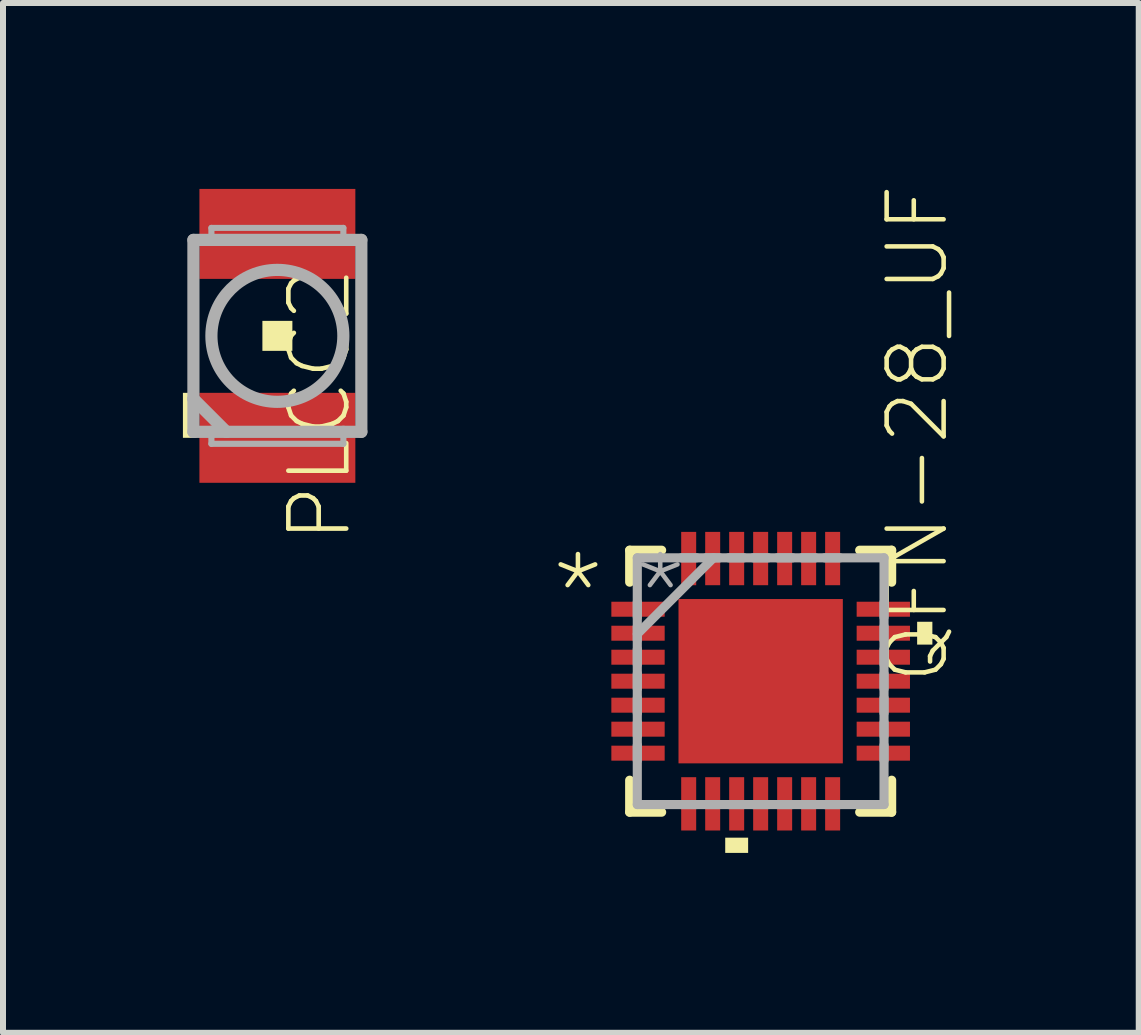
<source format=kicad_pcb>
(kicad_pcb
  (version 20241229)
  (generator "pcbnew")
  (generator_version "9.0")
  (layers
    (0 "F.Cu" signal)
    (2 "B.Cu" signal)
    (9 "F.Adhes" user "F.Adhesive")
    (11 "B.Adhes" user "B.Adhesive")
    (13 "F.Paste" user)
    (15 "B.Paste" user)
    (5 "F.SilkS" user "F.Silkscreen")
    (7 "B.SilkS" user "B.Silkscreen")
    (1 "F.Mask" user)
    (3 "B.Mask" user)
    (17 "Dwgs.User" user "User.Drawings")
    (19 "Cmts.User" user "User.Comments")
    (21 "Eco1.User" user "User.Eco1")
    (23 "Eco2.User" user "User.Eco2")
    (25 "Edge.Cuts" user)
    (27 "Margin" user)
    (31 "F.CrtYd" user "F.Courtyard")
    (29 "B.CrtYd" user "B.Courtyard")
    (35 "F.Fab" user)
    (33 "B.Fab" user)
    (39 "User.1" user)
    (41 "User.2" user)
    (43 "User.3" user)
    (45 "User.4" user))
  (footprint "PLCC2"
    (layer "F.Cu")
    (at 1.575 2.55)
    (property "Reference" "PLCC2" (at 1.27 3.493 270) (layer "F.SilkS") (effects (font (size 0.965 0.965) (thickness 0.077)) (justify left bottom)))
    (attr through_hole)
    (fp_poly (pts (xy -1.4 -0.85) (xy 1.4 -0.85) (xy 1.4 -2.55) (xy -1.4 -2.55)) (stroke (width 0) (type solid)) (fill yes) (layer "F.Mask"))
    (fp_poly (pts (xy -1.4 2.55) (xy 1.4 2.55) (xy 1.4 0.85) (xy -1.4 0.85)) (stroke (width 0) (type solid)) (fill yes) (layer "F.Mask"))
    (fp_poly (pts (xy -1.575 1.7) (xy -1.35 1.7) (xy -1.35 0.95) (xy -1.575 0.95)) (stroke (width 0) (type solid)) (fill yes) (layer "F.SilkS"))
    (fp_poly (pts (xy -0.25 0.25) (xy 0.25 0.25) (xy 0.25 -0.25) (xy -0.25 -0.25)) (stroke (width 0) (type solid)) (fill yes) (layer "F.SilkS"))
    (fp_poly (pts (xy -1.3 -0.95) (xy 1.3 -0.95) (xy 1.3 -2.45) (xy -1.3 -2.45)) (stroke (width 0) (type solid)) (fill yes) (layer "F.Paste"))
    (fp_poly (pts (xy -1.3 2.45) (xy 1.3 2.45) (xy 1.3 0.95) (xy -1.3 0.95)) (stroke (width 0) (type solid)) (fill yes) (layer "F.Paste"))
    (fp_line (start -1.4 -1.6) (end -1.4 1.05) (stroke (width 0.203) (type solid)) (layer "F.Fab"))
    (fp_line (start -1.4 1.05) (end -1.4 1.6) (stroke (width 0.203) (type solid)) (layer "F.Fab"))
    (fp_line (start -1.4 1.6) (end -1.1 1.6) (stroke (width 0.203) (type solid)) (layer "F.Fab"))
    (fp_line (start -1.1 -1.8) (end 1.1 -1.8) (stroke (width 0.102) (type solid)) (layer "F.Fab"))
    (fp_line (start -1.1 -1.6) (end -1.4 -1.6) (stroke (width 0.203) (type solid)) (layer "F.Fab"))
    (fp_line (start -1.1 -1.6) (end -1.1 -1.8) (stroke (width 0.102) (type solid)) (layer "F.Fab"))
    (fp_line (start -1.1 1.6) (end -1.1 1.8) (stroke (width 0.102) (type solid)) (layer "F.Fab"))
    (fp_line (start -1.1 1.6) (end -0.85 1.6) (stroke (width 0.203) (type solid)) (layer "F.Fab"))
    (fp_line (start -1.1 1.8) (end 1.1 1.8) (stroke (width 0.102) (type solid)) (layer "F.Fab"))
    (fp_line (start -0.85 1.6) (end -1.4 1.05) (stroke (width 0.203) (type solid)) (layer "F.Fab"))
    (fp_line (start -0.85 1.6) (end 1.1 1.6) (stroke (width 0.203) (type solid)) (layer "F.Fab"))
    (fp_line (start 1.1 -1.8) (end 1.1 -1.6) (stroke (width 0.102) (type solid)) (layer "F.Fab"))
    (fp_line (start 1.1 -1.6) (end -1.1 -1.6) (stroke (width 0.203) (type solid)) (layer "F.Fab"))
    (fp_line (start 1.1 1.6) (end 1.4 1.6) (stroke (width 0.203) (type solid)) (layer "F.Fab"))
    (fp_line (start 1.1 1.8) (end 1.1 1.6) (stroke (width 0.102) (type solid)) (layer "F.Fab"))
    (fp_line (start 1.4 -1.6) (end 1.1 -1.6) (stroke (width 0.203) (type solid)) (layer "F.Fab"))
    (fp_line (start 1.4 1.6) (end 1.4 -1.6) (stroke (width 0.203) (type solid)) (layer "F.Fab"))
    (fp_circle (center 0 0) (end 1.1 0) (stroke (width 0.203) (type solid)) (fill no) (layer "F.Fab"))
    (pad "A" smd rect (at 0 -1.7) (size 2.6 1.5) (layers "F.Cu" "F.Mask"))
    (pad "C" smd rect (at 0 1.7) (size 2.6 1.5) (layers "F.Cu" "F.Mask")))
  (footprint "QFN-28_UF"
    (layer "F.Cu")
    (at 9.633 8.308)
    (property "Reference" "QFN-28_UF" (at 2.615 -4.128 270) (layer "F.SilkS") (effects (font (size 0.95 0.95) (thickness 0.076))))
    (attr through_hole)
    (fp_line (start -2.184 -2.184) (end -2.184 -1.651) (stroke (width 0.152) (type solid)) (layer "F.SilkS"))
    (fp_line (start -2.184 1.651) (end -2.184 2.184) (stroke (width 0.152) (type solid)) (layer "F.SilkS"))
    (fp_line (start -2.184 2.184) (end -1.651 2.184) (stroke (width 0.152) (type solid)) (layer "F.SilkS"))
    (fp_line (start -1.651 -2.184) (end -2.184 -2.184) (stroke (width 0.152) (type solid)) (layer "F.SilkS"))
    (fp_line (start 1.651 2.184) (end 2.184 2.184) (stroke (width 0.152) (type solid)) (layer "F.SilkS"))
    (fp_line (start 2.184 -2.184) (end 1.651 -2.184) (stroke (width 0.152) (type solid)) (layer "F.SilkS"))
    (fp_line (start 2.184 -1.651) (end 2.184 -2.184) (stroke (width 0.152) (type solid)) (layer "F.SilkS"))
    (fp_line (start 2.184 2.184) (end 2.184 1.651) (stroke (width 0.152) (type solid)) (layer "F.SilkS"))
    (fp_poly (pts (xy -0.591 2.609) (xy -0.591 2.863) (xy -0.209 2.863) (xy -0.209 2.609)) (stroke (width 0) (type solid)) (fill yes) (layer "F.SilkS"))
    (fp_poly (pts (xy 2.863 -0.991) (xy 2.863 -0.61) (xy 2.609 -0.61) (xy 2.609 -0.991)) (stroke (width 0) (type solid)) (fill yes) (layer "F.SilkS"))
    (fp_poly (pts (xy -1.27 -1.27) (xy -1.27 -0.1) (xy -0.1 -0.1) (xy -0.1 -1.27)) (stroke (width 0) (type solid)) (fill yes) (layer "F.Paste"))
    (fp_poly (pts (xy -1.27 0.1) (xy -1.27 1.27) (xy -0.1 1.27) (xy -0.1 0.1)) (stroke (width 0) (type solid)) (fill yes) (layer "F.Paste"))
    (fp_poly (pts (xy 0.1 -1.27) (xy 0.1 -0.1) (xy 1.27 -0.1) (xy 1.27 -1.27)) (stroke (width 0) (type solid)) (fill yes) (layer "F.Paste"))
    (fp_poly (pts (xy 0.1 0.1) (xy 0.1 1.27) (xy 1.27 1.27) (xy 1.27 0.1)) (stroke (width 0) (type solid)) (fill yes) (layer "F.Paste"))
    (fp_line (start -2.057 -2.057) (end -2.057 2.057) (stroke (width 0.152) (type solid)) (layer "F.Fab"))
    (fp_line (start -2.057 -1.321) (end -2.057 -1.067) (stroke (width 0.152) (type solid)) (layer "F.Fab"))
    (fp_line (start -2.057 -0.914) (end -2.057 -0.686) (stroke (width 0.152) (type solid)) (layer "F.Fab"))
    (fp_line (start -2.057 -0.787) (end -0.787 -2.057) (stroke (width 0.152) (type solid)) (layer "F.Fab"))
    (fp_line (start -2.057 -0.533) (end -2.057 -0.279) (stroke (width 0.152) (type solid)) (layer "F.Fab"))
    (fp_line (start -2.057 -0.127) (end -2.057 0.127) (stroke (width 0.152) (type solid)) (layer "F.Fab"))
    (fp_line (start -2.057 0.279) (end -2.057 0.533) (stroke (width 0.152) (type solid)) (layer "F.Fab"))
    (fp_line (start -2.057 0.686) (end -2.057 0.914) (stroke (width 0.152) (type solid)) (layer "F.Fab"))
    (fp_line (start -2.057 1.067) (end -2.057 1.321) (stroke (width 0.152) (type solid)) (layer "F.Fab"))
    (fp_line (start -2.057 2.057) (end 2.057 2.057) (stroke (width 0.152) (type solid)) (layer "F.Fab"))
    (fp_line (start -1.321 2.057) (end -1.067 2.057) (stroke (width 0.152) (type solid)) (layer "F.Fab"))
    (fp_line (start -1.067 -2.057) (end -1.321 -2.057) (stroke (width 0.152) (type solid)) (layer "F.Fab"))
    (fp_line (start -0.914 2.057) (end -0.686 2.057) (stroke (width 0.152) (type solid)) (layer "F.Fab"))
    (fp_line (start -0.686 -2.057) (end -0.914 -2.057) (stroke (width 0.152) (type solid)) (layer "F.Fab"))
    (fp_line (start -0.533 2.057) (end -0.279 2.057) (stroke (width 0.152) (type solid)) (layer "F.Fab"))
    (fp_line (start -0.279 -2.057) (end -0.533 -2.057) (stroke (width 0.152) (type solid)) (layer "F.Fab"))
    (fp_line (start -0.127 2.057) (end 0.127 2.057) (stroke (width 0.152) (type solid)) (layer "F.Fab"))
    (fp_line (start 0.127 -2.057) (end -0.127 -2.057) (stroke (width 0.152) (type solid)) (layer "F.Fab"))
    (fp_line (start 0.279 2.057) (end 0.533 2.057) (stroke (width 0.152) (type solid)) (layer "F.Fab"))
    (fp_line (start 0.533 -2.057) (end 0.279 -2.057) (stroke (width 0.152) (type solid)) (layer "F.Fab"))
    (fp_line (start 0.686 2.057) (end 0.914 2.057) (stroke (width 0.152) (type solid)) (layer "F.Fab"))
    (fp_line (start 0.914 -2.057) (end 0.686 -2.057) (stroke (width 0.152) (type solid)) (layer "F.Fab"))
    (fp_line (start 1.067 2.057) (end 1.321 2.057) (stroke (width 0.152) (type solid)) (layer "F.Fab"))
    (fp_line (start 1.321 -2.057) (end 1.067 -2.057) (stroke (width 0.152) (type solid)) (layer "F.Fab"))
    (fp_line (start 2.057 -2.057) (end -2.057 -2.057) (stroke (width 0.152) (type solid)) (layer "F.Fab"))
    (fp_line (start 2.057 -1.067) (end 2.057 -1.321) (stroke (width 0.152) (type solid)) (layer "F.Fab"))
    (fp_line (start 2.057 -0.686) (end 2.057 -0.914) (stroke (width 0.152) (type solid)) (layer "F.Fab"))
    (fp_line (start 2.057 -0.279) (end 2.057 -0.533) (stroke (width 0.152) (type solid)) (layer "F.Fab"))
    (fp_line (start 2.057 0.127) (end 2.057 -0.127) (stroke (width 0.152) (type solid)) (layer "F.Fab"))
    (fp_line (start 2.057 0.533) (end 2.057 0.279) (stroke (width 0.152) (type solid)) (layer "F.Fab"))
    (fp_line (start 2.057 0.914) (end 2.057 0.686) (stroke (width 0.152) (type solid)) (layer "F.Fab"))
    (fp_line (start 2.057 1.321) (end 2.057 1.067) (stroke (width 0.152) (type solid)) (layer "F.Fab"))
    (fp_line (start 2.057 2.057) (end 2.057 -2.057) (stroke (width 0.152) (type solid)) (layer "F.Fab"))
    (fp_text user "*" (at -3.556 -0.762 0) (layer "F.SilkS") (effects (font (size 1.206 1.206) (thickness 0.076)) (justify left bottom)))
    (fp_text user "*" (at -2.184 -0.762 0) (layer "F.Fab") (effects (font (size 1.206 1.206) (thickness 0.076)) (justify left bottom)))
    (pad "1" smd rect (at -2.045 -1.2 270) (size 0.25 0.889) (layers "F.Cu" "F.Mask" "F.Paste"))
    (pad "2" smd rect (at -2.045 -0.8 270) (size 0.25 0.889) (layers "F.Cu" "F.Mask" "F.Paste"))
    (pad "3" smd rect (at -2.045 -0.4 270) (size 0.25 0.889) (layers "F.Cu" "F.Mask" "F.Paste"))
    (pad "4" smd rect (at -2.045 0 270) (size 0.25 0.889) (layers "F.Cu" "F.Mask" "F.Paste"))
    (pad "5" smd rect (at -2.045 0.4 270) (size 0.25 0.889) (layers "F.Cu" "F.Mask" "F.Paste"))
    (pad "6" smd rect (at -2.045 0.8 270) (size 0.25 0.889) (layers "F.Cu" "F.Mask" "F.Paste"))
    (pad "7" smd rect (at -2.045 1.2 270) (size 0.25 0.889) (layers "F.Cu" "F.Mask" "F.Paste"))
    (pad "8" smd rect (at -1.2 2.045 180) (size 0.25 0.889) (layers "F.Cu" "F.Mask" "F.Paste"))
    (pad "9" smd rect (at -0.8 2.045 180) (size 0.25 0.889) (layers "F.Cu" "F.Mask" "F.Paste"))
    (pad "10" smd rect (at -0.4 2.045 180) (size 0.25 0.889) (layers "F.Cu" "F.Mask" "F.Paste"))
    (pad "11" smd rect (at 0 2.045 180) (size 0.25 0.889) (layers "F.Cu" "F.Mask" "F.Paste"))
    (pad "12" smd rect (at 0.4 2.045 180) (size 0.25 0.889) (layers "F.Cu" "F.Mask" "F.Paste"))
    (pad "13" smd rect (at 0.8 2.045 180) (size 0.25 0.889) (layers "F.Cu" "F.Mask" "F.Paste"))
    (pad "14" smd rect (at 1.2 2.045 180) (size 0.25 0.889) (layers "F.Cu" "F.Mask" "F.Paste"))
    (pad "15" smd rect (at 2.045 1.2 270) (size 0.25 0.889) (layers "F.Cu" "F.Mask" "F.Paste"))
    (pad "16" smd rect (at 2.045 0.8 270) (size 0.25 0.889) (layers "F.Cu" "F.Mask" "F.Paste"))
    (pad "17" smd rect (at 2.045 0.4 270) (size 0.25 0.889) (layers "F.Cu" "F.Mask" "F.Paste"))
    (pad "18" smd rect (at 2.045 0 270) (size 0.25 0.889) (layers "F.Cu" "F.Mask" "F.Paste"))
    (pad "19" smd rect (at 2.045 -0.4 270) (size 0.25 0.889) (layers "F.Cu" "F.Mask" "F.Paste"))
    (pad "20" smd rect (at 2.045 -0.8 270) (size 0.25 0.889) (layers "F.Cu" "F.Mask" "F.Paste"))
    (pad "21" smd rect (at 2.045 -1.2 270) (size 0.25 0.889) (layers "F.Cu" "F.Mask" "F.Paste"))
    (pad "22" smd rect (at 1.2 -2.045 180) (size 0.25 0.889) (layers "F.Cu" "F.Mask" "F.Paste"))
    (pad "23" smd rect (at 0.8 -2.045 180) (size 0.25 0.889) (layers "F.Cu" "F.Mask" "F.Paste"))
    (pad "24" smd rect (at 0.4 -2.045 180) (size 0.25 0.889) (layers "F.Cu" "F.Mask" "F.Paste"))
    (pad "25" smd rect (at 0 -2.045 180) (size 0.25 0.889) (layers "F.Cu" "F.Mask" "F.Paste"))
    (pad "26" smd rect (at -0.4 -2.045 180) (size 0.25 0.889) (layers "F.Cu" "F.Mask" "F.Paste"))
    (pad "27" smd rect (at -0.8 -2.045 180) (size 0.25 0.889) (layers "F.Cu" "F.Mask" "F.Paste"))
    (pad "28" smd rect (at -1.2 -2.045 180) (size 0.25 0.889) (layers "F.Cu" "F.Mask" "F.Paste"))
    (pad "29" smd rect (at 0 0) (size 2.74 2.74) (layers "F.Cu" "F.Mask")))
  (gr_rect
    (start -3 -3)
    (end 15.937 14.171)
    (stroke (width 0.1) (type default))
    (fill no)
    (layer "Edge.Cuts")))
</source>
